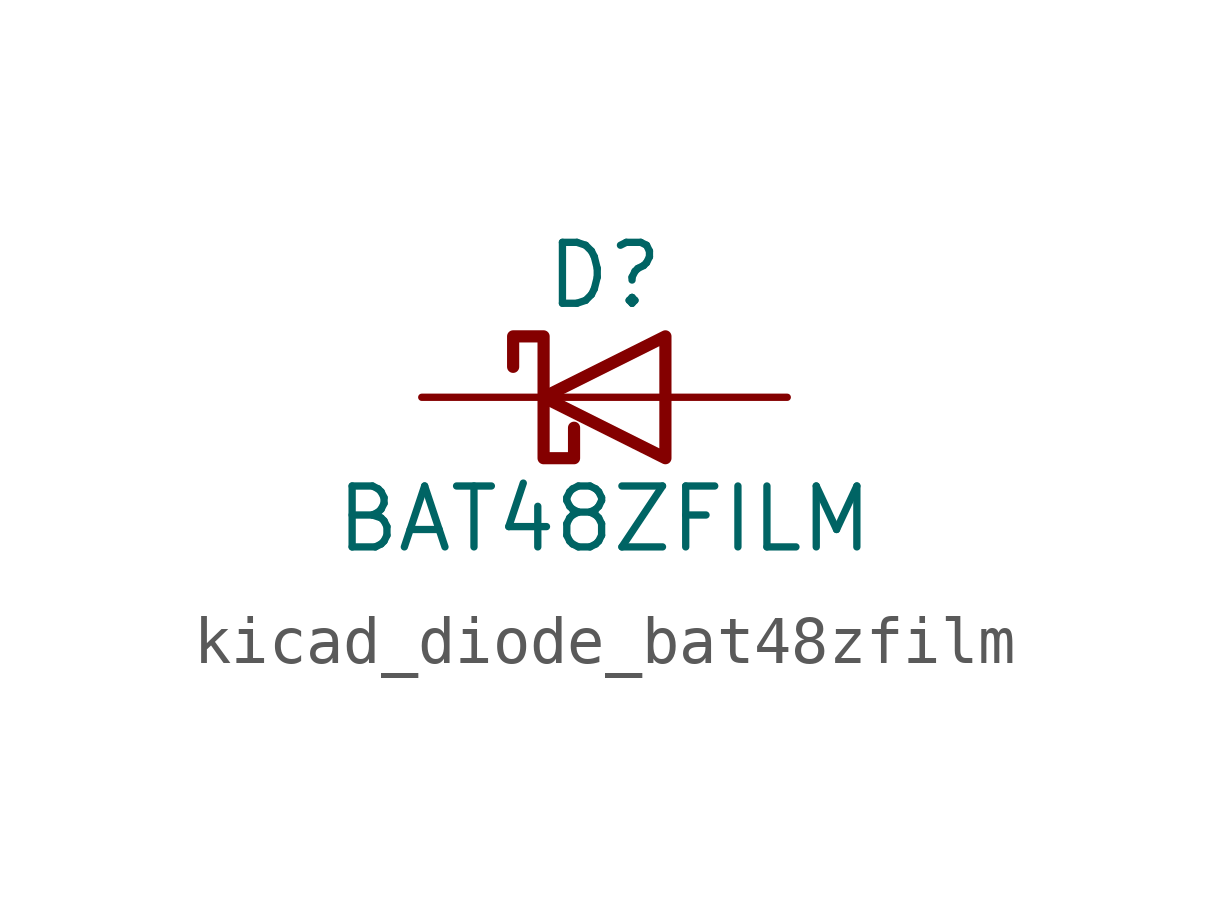
<source format=kicad_sym>
(kicad_symbol_lib
  (version 20220914)
  (generator kicad_symbol_editor)
  (symbol "kicad_diode_bat48zfilm"
    (pin_numbers hide)
    (pin_names
      (offset 1.016) hide)
    (property "Reference" "D"
      (at 0 2.54 0)
      (effects (font (size 1.27 1.27))))
    (property "Value" "BAT48ZFILM"
      (at 0 -2.54 0)
      (effects (font (size 1.27 1.27))))
    (symbol "kicad_diode_bat48zfilm_0_1"
      (polyline (pts (xy 1.27 0) (xy -1.27 0)) (stroke (width 0) (type default)) (fill (type none)))
      (polyline (pts (xy 1.27 1.27) (xy 1.27 -1.27) (xy -1.27 0) (xy 1.27 1.27)) (stroke (width 0.254) (type default)) (fill (type none)))
      (polyline (pts (xy -1.905 0.635) (xy -1.905 1.27) (xy -1.27 1.27) (xy -1.27 -1.27) (xy -0.635 -1.27) (xy -0.635 -0.635)) (stroke (width 0.254) (type default)) (fill (type none))))
    (symbol "kicad_diode_bat48zfilm_1_1"
      (pin passive line (at -3.81 0 0) (length 2.54) (name "K" (effects (font (size 1.27 1.27)))) (number "1" (effects (font (size 1.27 1.27)))))
      (pin passive line (at 3.81 0 180) (length 2.54) (name "A" (effects (font (size 1.27 1.27)))) (number "2" (effects (font (size 1.27 1.27))))))))
</source>
